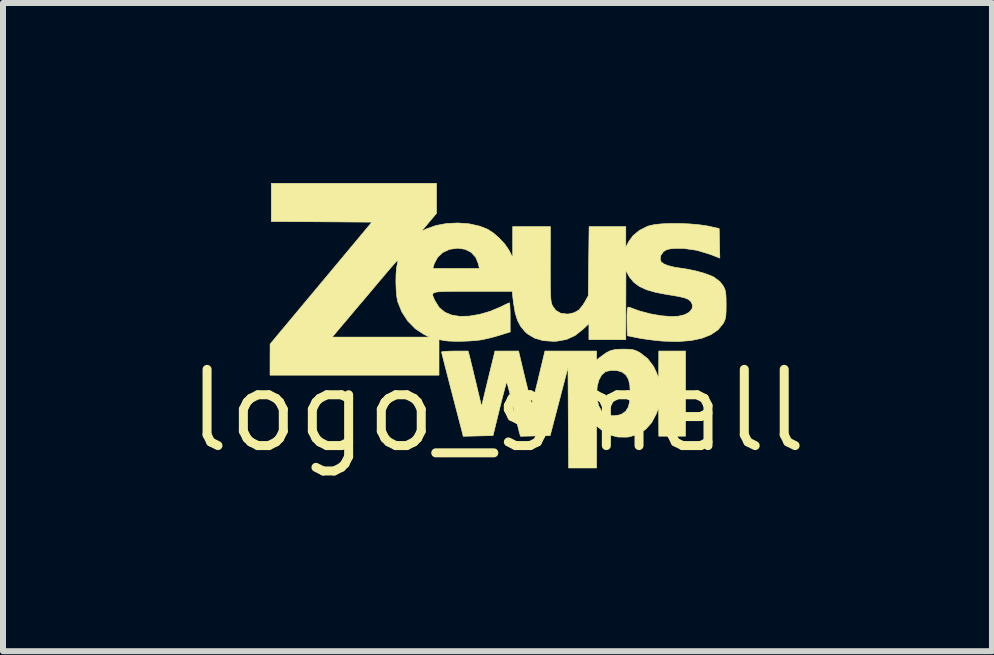
<source format=kicad_pcb>
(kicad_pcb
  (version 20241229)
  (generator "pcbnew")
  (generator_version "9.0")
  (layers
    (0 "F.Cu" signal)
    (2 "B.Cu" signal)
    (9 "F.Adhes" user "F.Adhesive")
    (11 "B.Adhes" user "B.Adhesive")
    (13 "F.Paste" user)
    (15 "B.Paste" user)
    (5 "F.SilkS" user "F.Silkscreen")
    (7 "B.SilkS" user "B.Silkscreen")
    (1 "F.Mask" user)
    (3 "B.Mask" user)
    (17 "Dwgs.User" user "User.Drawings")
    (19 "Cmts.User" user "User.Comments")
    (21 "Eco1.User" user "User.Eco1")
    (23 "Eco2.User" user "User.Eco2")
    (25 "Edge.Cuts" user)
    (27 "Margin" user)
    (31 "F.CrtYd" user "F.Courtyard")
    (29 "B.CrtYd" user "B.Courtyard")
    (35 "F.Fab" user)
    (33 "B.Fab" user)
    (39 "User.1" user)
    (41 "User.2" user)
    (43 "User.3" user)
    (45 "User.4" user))
  (footprint "logo_small"
    (layer "F.Cu")
    (at 5.238 3.794)
    (property "Reference" "logo_small" (at 0 0 0) (layer "F.SilkS") (effects (font (size 1.27 1.27) (thickness 0.15))))
    (attr through_hole)
    (fp_poly (pts (xy 2.208 -1.024) (xy 2.273 -1.014) (xy 2.33 -0.992) (xy 2.374 -0.968) (xy 2.501 -0.87) (xy 2.599 -0.742) (xy 2.645 -0.646) (xy 2.686 -0.54) (xy 2.687 -0.767) (xy 2.688 -0.995) (xy 3.133 -0.995) (xy 3.133 0.423) (xy 2.688 0.423) (xy 2.686 -0.053) (xy 2.645 0.053) (xy 2.57 0.196) (xy 2.469 0.309) (xy 2.344 0.389) (xy 2.201 0.433) (xy 2.153 0.439) (xy 2.005 0.437) (xy 1.877 0.404) (xy 1.759 0.336) (xy 1.747 0.328) (xy 1.651 0.254) (xy 1.651 0.953) (xy 1.186 0.953) (xy 1.18 0.115) (xy 1.178 -0.301) (xy 1.653 -0.301) (xy 1.661 -0.188) (xy 1.687 -0.084) (xy 1.732 0.002) (xy 1.78 0.05) (xy 1.846 0.076) (xy 1.932 0.083) (xy 2.02 0.072) (xy 2.075 0.053) (xy 2.137 0.007) (xy 2.179 -0.059) (xy 2.203 -0.152) (xy 2.211 -0.278) (xy 2.212 -0.296) (xy 2.205 -0.427) (xy 2.183 -0.523) (xy 2.144 -0.592) (xy 2.084 -0.64) (xy 2.075 -0.645) (xy 1.99 -0.671) (xy 1.893 -0.674) (xy 1.807 -0.654) (xy 1.799 -0.65) (xy 1.736 -0.597) (xy 1.691 -0.515) (xy 1.663 -0.413) (xy 1.653 -0.301) (xy 1.178 -0.301) (xy 1.175 -0.722) (xy 1.027 -0.155) (xy 0.878 0.413) (xy 0.383 0.425) (xy 0.362 0.349) (xy 0.351 0.304) (xy 0.332 0.227) (xy 0.307 0.124) (xy 0.278 0.005) (xy 0.252 -0.106) (xy 0.223 -0.226) (xy 0.197 -0.328) (xy 0.175 -0.409) (xy 0.16 -0.46) (xy 0.152 -0.477) (xy 0.145 -0.454) (xy 0.129 -0.397) (xy 0.106 -0.311) (xy 0.078 -0.202) (xy 0.046 -0.076) (xy 0.034 -0.027) (xy -0.074 0.413) (xy -0.322 0.419) (xy -0.57 0.425) (xy -0.59 0.345) (xy -0.667 0.051) (xy -0.733 -0.203) (xy -0.789 -0.419) (xy -0.835 -0.598) (xy -0.872 -0.741) (xy -0.899 -0.849) (xy -0.918 -0.924) (xy -0.929 -0.968) (xy -0.931 -0.981) (xy -0.912 -0.986) (xy -0.858 -0.991) (xy -0.78 -0.994) (xy -0.71 -0.995) (xy -0.489 -0.995) (xy -0.47 -0.926) (xy -0.459 -0.884) (xy -0.441 -0.808) (xy -0.416 -0.708) (xy -0.388 -0.589) (xy -0.358 -0.466) (xy -0.265 -0.075) (xy -0.168 -0.477) (xy -0.137 -0.605) (xy -0.108 -0.723) (xy -0.084 -0.822) (xy -0.066 -0.895) (xy -0.056 -0.936) (xy -0.056 -0.937) (xy -0.042 -0.995) (xy 0.352 -0.995) (xy 0.455 -0.561) (xy 0.487 -0.432) (xy 0.515 -0.319) (xy 0.539 -0.226) (xy 0.558 -0.161) (xy 0.569 -0.129) (xy 0.571 -0.127) (xy 0.58 -0.147) (xy 0.596 -0.201) (xy 0.619 -0.285) (xy 0.646 -0.393) (xy 0.677 -0.517) (xy 0.687 -0.561) (xy 0.791 -0.995) (xy 1.221 -0.995) (xy 1.651 -0.995) (xy 1.651 -0.847) (xy 1.748 -0.921) (xy 1.818 -0.97) (xy 1.881 -1.001) (xy 1.952 -1.019) (xy 2.042 -1.026) (xy 2.117 -1.027) (xy 2.208 -1.024)) (stroke (width 0.01) (type solid)) (fill yes) (layer "F.SilkS"))
    (fp_poly (pts (xy -1.016 -3.289) (xy -1.142 -3.139) (xy -1.268 -2.989) (xy -1.182 -3.031) (xy -1.025 -3.087) (xy -0.847 -3.12) (xy -0.658 -3.129) (xy -0.47 -3.115) (xy -0.296 -3.076) (xy -0.165 -3.025) (xy -0.068 -2.962) (xy 0.032 -2.875) (xy 0.123 -2.776) (xy 0.19 -2.68) (xy 0.2 -2.66) (xy 0.254 -2.553) (xy 0.254 -3.069) (xy 0.882 -3.069) (xy 0.88 -2.45) (xy 0.88 -2.267) (xy 0.881 -2.122) (xy 0.882 -2.008) (xy 0.885 -1.922) (xy 0.89 -1.858) (xy 0.896 -1.812) (xy 0.905 -1.777) (xy 0.914 -1.753) (xy 0.971 -1.673) (xy 1.054 -1.625) (xy 1.16 -1.612) (xy 1.186 -1.613) (xy 1.281 -1.635) (xy 1.358 -1.681) (xy 1.424 -1.761) (xy 1.454 -1.81) (xy 1.513 -1.916) (xy 1.527 -3.069) (xy 2.138 -3.069) (xy 2.138 -2.722) (xy 2.185 -2.816) (xy 2.259 -2.918) (xy 2.365 -3.005) (xy 2.495 -3.071) (xy 2.536 -3.085) (xy 2.623 -3.103) (xy 2.742 -3.115) (xy 2.883 -3.12) (xy 3.036 -3.12) (xy 3.191 -3.114) (xy 3.338 -3.102) (xy 3.466 -3.085) (xy 3.514 -3.076) (xy 3.694 -3.036) (xy 3.705 -2.544) (xy 3.551 -2.604) (xy 3.326 -2.673) (xy 3.105 -2.705) (xy 2.963 -2.706) (xy 2.877 -2.698) (xy 2.819 -2.684) (xy 2.777 -2.659) (xy 2.763 -2.647) (xy 2.719 -2.584) (xy 2.712 -2.52) (xy 2.726 -2.483) (xy 2.766 -2.45) (xy 2.839 -2.42) (xy 2.934 -2.395) (xy 3.016 -2.382) (xy 3.156 -2.361) (xy 3.299 -2.331) (xy 3.433 -2.295) (xy 3.545 -2.255) (xy 3.603 -2.229) (xy 3.705 -2.153) (xy 3.759 -2.084) (xy 3.782 -2.04) (xy 3.797 -1.996) (xy 3.805 -1.941) (xy 3.809 -1.865) (xy 3.81 -1.767) (xy 3.809 -1.662) (xy 3.805 -1.588) (xy 3.796 -1.535) (xy 3.78 -1.491) (xy 3.758 -1.45) (xy 3.675 -1.349) (xy 3.556 -1.268) (xy 3.404 -1.208) (xy 3.222 -1.17) (xy 3.011 -1.154) (xy 2.773 -1.16) (xy 2.73 -1.163) (xy 2.612 -1.175) (xy 2.492 -1.19) (xy 2.386 -1.206) (xy 2.329 -1.217) (xy 2.254 -1.232) (xy 2.197 -1.244) (xy 2.169 -1.249) (xy 2.168 -1.249) (xy 2.165 -1.269) (xy 2.162 -1.322) (xy 2.16 -1.402) (xy 2.159 -1.495) (xy 2.159 -1.599) (xy 2.162 -1.669) (xy 2.167 -1.709) (xy 2.175 -1.726) (xy 2.189 -1.727) (xy 2.196 -1.725) (xy 2.367 -1.663) (xy 2.547 -1.615) (xy 2.724 -1.584) (xy 2.888 -1.57) (xy 3.014 -1.576) (xy 3.117 -1.6) (xy 3.193 -1.641) (xy 3.239 -1.694) (xy 3.251 -1.754) (xy 3.23 -1.809) (xy 3.205 -1.838) (xy 3.168 -1.862) (xy 3.113 -1.883) (xy 3.033 -1.902) (xy 2.922 -1.922) (xy 2.826 -1.937) (xy 2.636 -1.973) (xy 2.483 -2.017) (xy 2.363 -2.073) (xy 2.27 -2.142) (xy 2.2 -2.228) (xy 2.18 -2.263) (xy 2.14 -2.339) (xy 2.139 -1.762) (xy 2.138 -1.185) (xy 1.524 -1.185) (xy 1.524 -1.453) (xy 1.426 -1.359) (xy 1.293 -1.254) (xy 1.151 -1.189) (xy 0.991 -1.16) (xy 0.934 -1.157) (xy 0.762 -1.169) (xy 0.618 -1.211) (xy 0.5 -1.282) (xy 0.461 -1.317) (xy 0.387 -1.406) (xy 0.333 -1.508) (xy 0.295 -1.632) (xy 0.269 -1.789) (xy 0.268 -1.791) (xy 0.245 -1.99) (xy -0.417 -1.99) (xy -0.608 -1.99) (xy -0.76 -1.99) (xy -0.878 -1.988) (xy -0.964 -1.984) (xy -1.024 -1.977) (xy -1.061 -1.965) (xy -1.078 -1.948) (xy -1.079 -1.925) (xy -1.069 -1.894) (xy -1.052 -1.855) (xy -1.039 -1.829) (xy -0.97 -1.719) (xy -0.874 -1.641) (xy -0.764 -1.595) (xy -0.629 -1.573) (xy -0.471 -1.577) (xy -0.299 -1.606) (xy -0.122 -1.657) (xy 0.052 -1.73) (xy 0.068 -1.738) (xy 0.132 -1.77) (xy 0.18 -1.792) (xy 0.2 -1.799) (xy 0.205 -1.779) (xy 0.208 -1.726) (xy 0.211 -1.646) (xy 0.212 -1.557) (xy 0.212 -1.314) (xy 0.047 -1.262) (xy -0.055 -1.232) (xy -0.163 -1.205) (xy -0.254 -1.185) (xy -0.255 -1.184) (xy -0.349 -1.172) (xy -0.466 -1.163) (xy -0.592 -1.158) (xy -0.715 -1.158) (xy -0.821 -1.162) (xy -0.894 -1.171) (xy -0.974 -1.187) (xy -0.974 -0.593) (xy -3.789 -0.593) (xy -3.789 -0.852) (xy -3.788 -1.111) (xy -3.691 -1.228) (xy -2.753 -1.228) (xy -1.943 -1.228) (xy -1.132 -1.228) (xy -1.223 -1.272) (xy -1.368 -1.367) (xy -1.493 -1.494) (xy -1.592 -1.645) (xy -1.66 -1.814) (xy -1.664 -1.828) (xy -1.679 -1.912) (xy -1.688 -2.024) (xy -1.692 -2.148) (xy -1.69 -2.269) (xy -1.682 -2.371) (xy -1.077 -2.371) (xy -0.301 -2.371) (xy -0.318 -2.448) (xy -0.362 -2.557) (xy -0.437 -2.639) (xy -0.539 -2.691) (xy -0.662 -2.709) (xy -0.666 -2.709) (xy -0.798 -2.69) (xy -0.91 -2.638) (xy -0.997 -2.557) (xy -1.054 -2.45) (xy -1.058 -2.434) (xy -1.077 -2.371) (xy -1.682 -2.371) (xy -1.681 -2.373) (xy -1.673 -2.423) (xy -1.662 -2.477) (xy -1.658 -2.509) (xy -1.659 -2.513) (xy -1.674 -2.499) (xy -1.712 -2.457) (xy -1.769 -2.392) (xy -1.842 -2.307) (xy -1.926 -2.208) (xy -1.981 -2.143) (xy -2.089 -2.014) (xy -2.205 -1.876) (xy -2.321 -1.74) (xy -2.427 -1.614) (xy -2.515 -1.509) (xy -2.525 -1.498) (xy -2.753 -1.228) (xy -3.691 -1.228) (xy -2.94 -2.127) (xy -2.092 -3.143) (xy -2.93 -3.149) (xy -3.768 -3.154) (xy -3.768 -3.789) (xy -1.016 -3.789) (xy -1.016 -3.289)) (stroke (width 0.01) (type solid)) (fill yes) (layer "F.SilkS")))
  (gr_rect
    (start -3 -3)
    (end 13.477 7.8)
    (stroke (width 0.1) (type default))
    (fill no)
    (layer "Edge.Cuts")))
</source>
